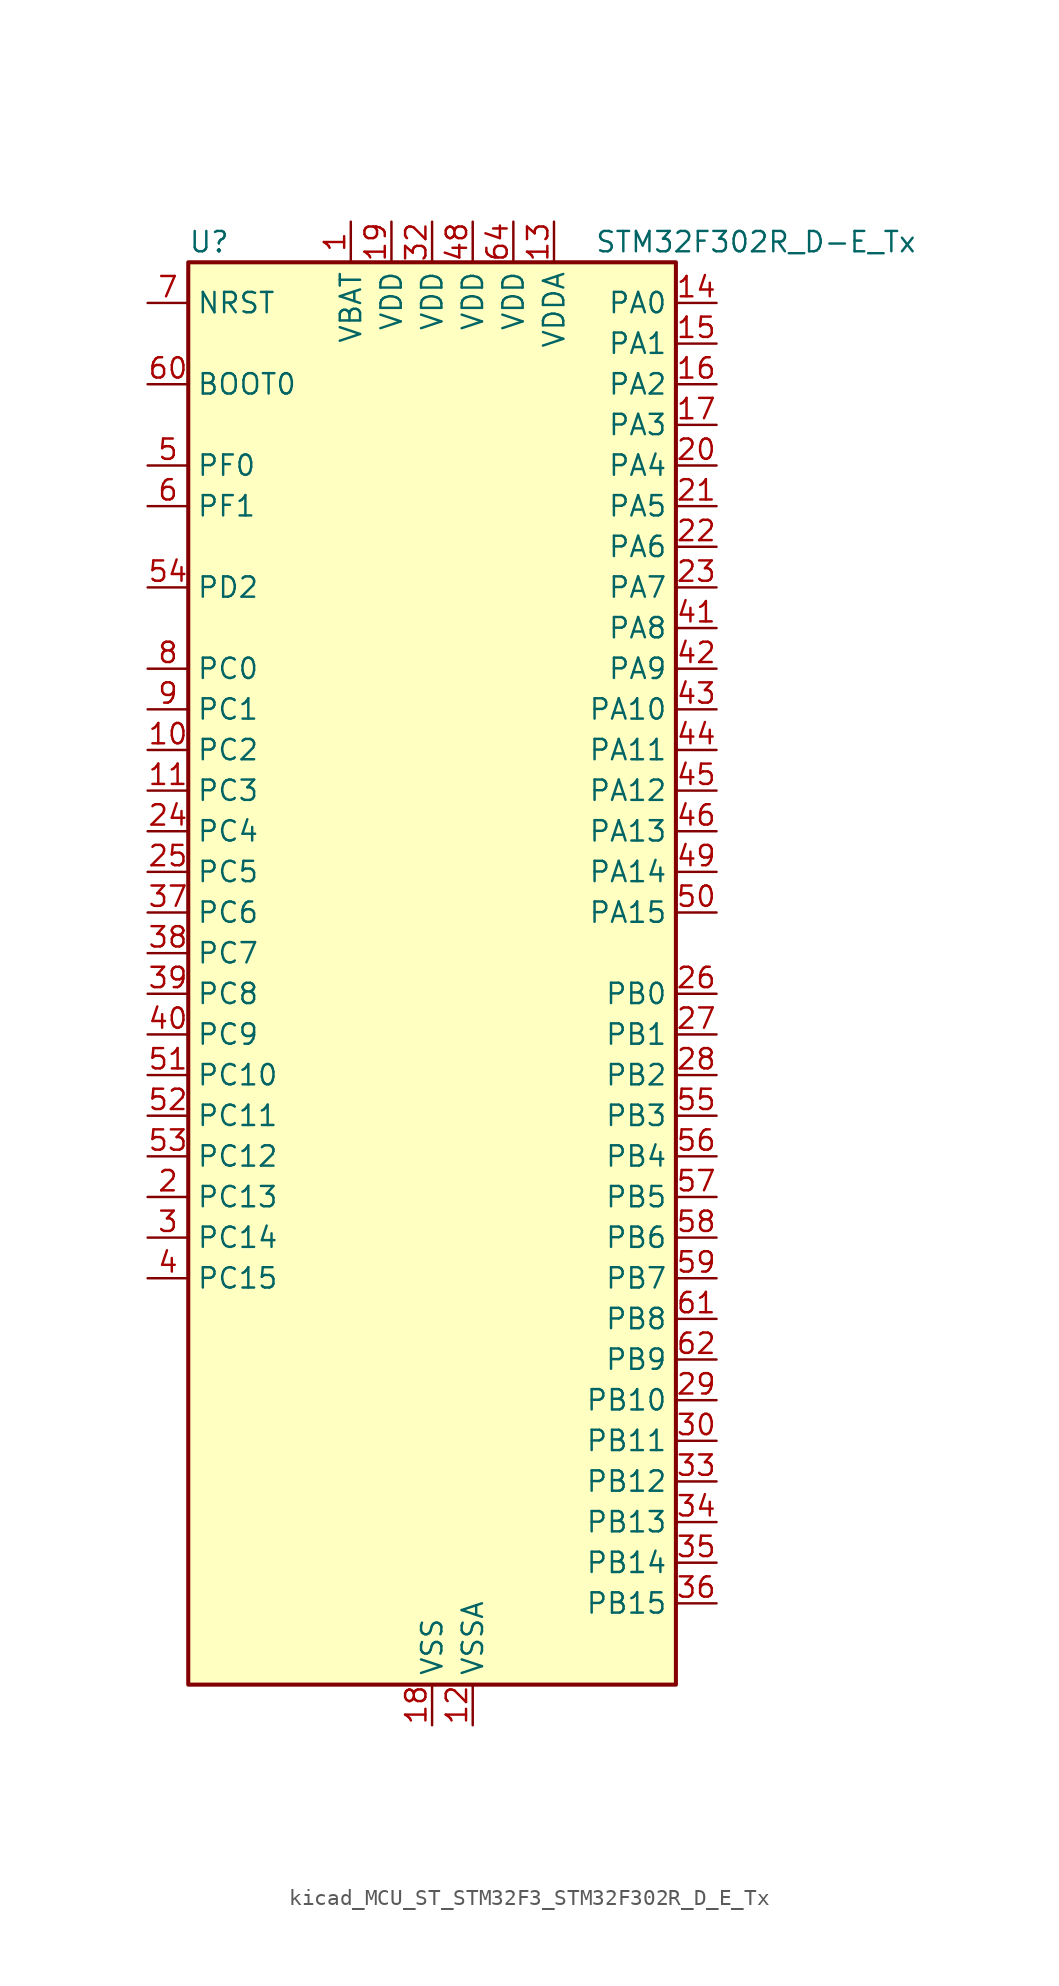
<source format=kicad_sym>
(kicad_symbol_lib
  (version 20220914)
  (generator kicad_symbol_editor)
  (symbol "kicad_MCU_ST_STM32F3_STM32F302R_D_E_Tx"
    (property "Reference" "U"
      (at -15.24 46.99 0)
      (effects (font (size 1.27 1.27)) (justify left)))
    (property "Value" "STM32F302R_D-E_Tx"
      (at 10.16 46.99 0)
      (effects (font (size 1.27 1.27)) (justify left)))
    (property "ki_locked" ""
      (at 0 0 0)
      (effects (font (size 1.27 1.27))))
    (symbol "kicad_MCU_ST_STM32F3_STM32F302R_D_E_Tx_0_1"
      (rectangle (start -15.24 -43.18) (end 15.24 45.72) (stroke (width 0.254) (type default)) (fill (type background))))
    (symbol "kicad_MCU_ST_STM32F3_STM32F302R_D_E_Tx_1_1"
      (pin power_in line (at -5.08 48.26 270) (length 2.54) (name "VBAT" (effects (font (size 1.27 1.27)))) (number "1" (effects (font (size 1.27 1.27)))))
      (pin bidirectional line (at -17.78 15.24 0) (length 2.54) (name "PC2" (effects (font (size 1.27 1.27)))) (number "10" (effects (font (size 1.27 1.27)))) (alternate "ADC1_IN8" bidirectional line) (alternate "ADC2_IN8" bidirectional line) (alternate "TIM1_CH3" bidirectional line))
      (pin bidirectional line (at -17.78 12.7 0) (length 2.54) (name "PC3" (effects (font (size 1.27 1.27)))) (number "11" (effects (font (size 1.27 1.27)))) (alternate "ADC1_IN9" bidirectional line) (alternate "ADC2_IN9" bidirectional line) (alternate "TIM1_BKIN2" bidirectional line) (alternate "TIM1_CH4" bidirectional line))
      (pin power_in line (at 2.54 -45.72 90) (length 2.54) (name "VSSA" (effects (font (size 1.27 1.27)))) (number "12" (effects (font (size 1.27 1.27)))))
      (pin power_in line (at 7.62 48.26 270) (length 2.54) (name "VDDA" (effects (font (size 1.27 1.27)))) (number "13" (effects (font (size 1.27 1.27)))))
      (pin bidirectional line (at 17.78 43.18 180) (length 2.54) (name "PA0" (effects (font (size 1.27 1.27)))) (number "14" (effects (font (size 1.27 1.27)))) (alternate "ADC1_IN1" bidirectional line) (alternate "COMP1_INM" bidirectional line) (alternate "COMP1_OUT" bidirectional line) (alternate "RTC_TAMP2" bidirectional line) (alternate "SYS_WKUP1" bidirectional line) (alternate "TIM2_CH1" bidirectional line) (alternate "TIM2_ETR" bidirectional line) (alternate "TSC_G1_IO1" bidirectional line) (alternate "USART2_CTS" bidirectional line))
      (pin bidirectional line (at 17.78 40.64 180) (length 2.54) (name "PA1" (effects (font (size 1.27 1.27)))) (number "15" (effects (font (size 1.27 1.27)))) (alternate "ADC1_IN2" bidirectional line) (alternate "COMP1_INP" bidirectional line) (alternate "OPAMP1_VINP" bidirectional line) (alternate "OPAMP1_VINP_SEC" bidirectional line) (alternate "RTC_REFIN" bidirectional line) (alternate "TIM15_CH1N" bidirectional line) (alternate "TIM2_CH2" bidirectional line) (alternate "TSC_G1_IO2" bidirectional line) (alternate "USART2_DE" bidirectional line) (alternate "USART2_RTS" bidirectional line))
      (pin bidirectional line (at 17.78 38.1 180) (length 2.54) (name "PA2" (effects (font (size 1.27 1.27)))) (number "16" (effects (font (size 1.27 1.27)))) (alternate "ADC1_IN3" bidirectional line) (alternate "COMP2_INM" bidirectional line) (alternate "COMP2_OUT" bidirectional line) (alternate "OPAMP1_VOUT" bidirectional line) (alternate "TIM15_CH1" bidirectional line) (alternate "TIM2_CH3" bidirectional line) (alternate "TSC_G1_IO3" bidirectional line) (alternate "USART2_TX" bidirectional line))
      (pin bidirectional line (at 17.78 35.56 180) (length 2.54) (name "PA3" (effects (font (size 1.27 1.27)))) (number "17" (effects (font (size 1.27 1.27)))) (alternate "ADC1_IN4" bidirectional line) (alternate "OPAMP1_VINM" bidirectional line) (alternate "OPAMP1_VINM_SEC" bidirectional line) (alternate "OPAMP1_VINP" bidirectional line) (alternate "OPAMP1_VINP_SEC" bidirectional line) (alternate "TIM15_CH2" bidirectional line) (alternate "TIM2_CH4" bidirectional line) (alternate "TSC_G1_IO4" bidirectional line) (alternate "USART2_RX" bidirectional line))
      (pin power_in line (at 0 -45.72 90) (length 2.54) (name "VSS" (effects (font (size 1.27 1.27)))) (number "18" (effects (font (size 1.27 1.27)))))
      (pin power_in line (at -2.54 48.26 270) (length 2.54) (name "VDD" (effects (font (size 1.27 1.27)))) (number "19" (effects (font (size 1.27 1.27)))))
      (pin bidirectional line (at -17.78 -12.7 0) (length 2.54) (name "PC13" (effects (font (size 1.27 1.27)))) (number "2" (effects (font (size 1.27 1.27)))) (alternate "RTC_OUT_ALARM" bidirectional line) (alternate "RTC_OUT_CALIB" bidirectional line) (alternate "RTC_TAMP1" bidirectional line) (alternate "RTC_TS" bidirectional line) (alternate "SYS_WKUP2" bidirectional line) (alternate "TIM1_CH1N" bidirectional line))
      (pin bidirectional line (at 17.78 33.02 180) (length 2.54) (name "PA4" (effects (font (size 1.27 1.27)))) (number "20" (effects (font (size 1.27 1.27)))) (alternate "ADC2_IN1" bidirectional line) (alternate "COMP1_INM" bidirectional line) (alternate "COMP2_INM" bidirectional line) (alternate "COMP4_INM" bidirectional line) (alternate "COMP6_INM" bidirectional line) (alternate "DAC1_OUT1" bidirectional line) (alternate "I2S3_WS" bidirectional line) (alternate "SPI1_NSS" bidirectional line) (alternate "SPI3_NSS" bidirectional line) (alternate "TIM3_CH2" bidirectional line) (alternate "TSC_G2_IO1" bidirectional line) (alternate "USART2_CK" bidirectional line))
      (pin bidirectional line (at 17.78 30.48 180) (length 2.54) (name "PA5" (effects (font (size 1.27 1.27)))) (number "21" (effects (font (size 1.27 1.27)))) (alternate "ADC2_IN2" bidirectional line) (alternate "COMP1_INM" bidirectional line) (alternate "COMP2_INM" bidirectional line) (alternate "COMP4_INM" bidirectional line) (alternate "COMP6_INM" bidirectional line) (alternate "OPAMP1_VINP" bidirectional line) (alternate "OPAMP1_VINP_SEC" bidirectional line) (alternate "OPAMP2_VINM" bidirectional line) (alternate "OPAMP2_VINM_SEC" bidirectional line) (alternate "SPI1_SCK" bidirectional line) (alternate "TIM2_CH1" bidirectional line) (alternate "TIM2_ETR" bidirectional line) (alternate "TSC_G2_IO2" bidirectional line))
      (pin bidirectional line (at 17.78 27.94 180) (length 2.54) (name "PA6" (effects (font (size 1.27 1.27)))) (number "22" (effects (font (size 1.27 1.27)))) (alternate "ADC2_IN3" bidirectional line) (alternate "COMP1_OUT" bidirectional line) (alternate "OPAMP2_VOUT" bidirectional line) (alternate "SPI1_MISO" bidirectional line) (alternate "TIM16_CH1" bidirectional line) (alternate "TIM1_BKIN" bidirectional line) (alternate "TIM3_CH1" bidirectional line) (alternate "TSC_G2_IO3" bidirectional line))
      (pin bidirectional line (at 17.78 25.4 180) (length 2.54) (name "PA7" (effects (font (size 1.27 1.27)))) (number "23" (effects (font (size 1.27 1.27)))) (alternate "ADC2_IN4" bidirectional line) (alternate "COMP2_INP" bidirectional line) (alternate "OPAMP1_VINP" bidirectional line) (alternate "OPAMP1_VINP_SEC" bidirectional line) (alternate "OPAMP2_VINP" bidirectional line) (alternate "OPAMP2_VINP_SEC" bidirectional line) (alternate "SPI1_MOSI" bidirectional line) (alternate "TIM17_CH1" bidirectional line) (alternate "TIM1_CH1N" bidirectional line) (alternate "TIM3_CH2" bidirectional line) (alternate "TSC_G2_IO4" bidirectional line))
      (pin bidirectional line (at -17.78 10.16 0) (length 2.54) (name "PC4" (effects (font (size 1.27 1.27)))) (number "24" (effects (font (size 1.27 1.27)))) (alternate "ADC2_IN5" bidirectional line) (alternate "TIM1_ETR" bidirectional line) (alternate "USART1_TX" bidirectional line))
      (pin bidirectional line (at -17.78 7.62 0) (length 2.54) (name "PC5" (effects (font (size 1.27 1.27)))) (number "25" (effects (font (size 1.27 1.27)))) (alternate "ADC2_IN11" bidirectional line) (alternate "OPAMP1_VINM" bidirectional line) (alternate "OPAMP1_VINM_SEC" bidirectional line) (alternate "OPAMP2_VINM" bidirectional line) (alternate "OPAMP2_VINM_SEC" bidirectional line) (alternate "TIM15_BKIN" bidirectional line) (alternate "TSC_G3_IO1" bidirectional line) (alternate "USART1_RX" bidirectional line))
      (pin bidirectional line (at 17.78 0 180) (length 2.54) (name "PB0" (effects (font (size 1.27 1.27)))) (number "26" (effects (font (size 1.27 1.27)))) (alternate "COMP4_INP" bidirectional line) (alternate "OPAMP2_VINP" bidirectional line) (alternate "OPAMP2_VINP_SEC" bidirectional line) (alternate "TIM1_CH2N" bidirectional line) (alternate "TIM3_CH3" bidirectional line) (alternate "TSC_G3_IO2" bidirectional line))
      (pin bidirectional line (at 17.78 -2.54 180) (length 2.54) (name "PB1" (effects (font (size 1.27 1.27)))) (number "27" (effects (font (size 1.27 1.27)))) (alternate "COMP4_OUT" bidirectional line) (alternate "TIM1_CH3N" bidirectional line) (alternate "TIM3_CH4" bidirectional line) (alternate "TSC_G3_IO3" bidirectional line))
      (pin bidirectional line (at 17.78 -5.08 180) (length 2.54) (name "PB2" (effects (font (size 1.27 1.27)))) (number "28" (effects (font (size 1.27 1.27)))) (alternate "ADC2_IN12" bidirectional line) (alternate "COMP4_INM" bidirectional line) (alternate "TSC_G3_IO4" bidirectional line))
      (pin bidirectional line (at 17.78 -25.4 180) (length 2.54) (name "PB10" (effects (font (size 1.27 1.27)))) (number "29" (effects (font (size 1.27 1.27)))) (alternate "TIM2_CH3" bidirectional line) (alternate "TSC_SYNC" bidirectional line) (alternate "USART3_TX" bidirectional line))
      (pin bidirectional line (at -17.78 -15.24 0) (length 2.54) (name "PC14" (effects (font (size 1.27 1.27)))) (number "3" (effects (font (size 1.27 1.27)))) (alternate "RCC_OSC32_IN" bidirectional line))
      (pin bidirectional line (at 17.78 -27.94 180) (length 2.54) (name "PB11" (effects (font (size 1.27 1.27)))) (number "30" (effects (font (size 1.27 1.27)))) (alternate "ADC1_EXTI11" bidirectional line) (alternate "ADC1_IN14" bidirectional line) (alternate "ADC2_EXTI11" bidirectional line) (alternate "ADC2_IN14" bidirectional line) (alternate "COMP6_INP" bidirectional line) (alternate "TIM2_CH4" bidirectional line) (alternate "TSC_G6_IO1" bidirectional line) (alternate "USART3_RX" bidirectional line))
      (pin passive line (at 0 -45.72 90) (length 2.54) hide (name "VSS" (effects (font (size 1.27 1.27)))) (number "31" (effects (font (size 1.27 1.27)))))
      (pin power_in line (at 0 48.26 270) (length 2.54) (name "VDD" (effects (font (size 1.27 1.27)))) (number "32" (effects (font (size 1.27 1.27)))))
      (pin bidirectional line (at 17.78 -30.48 180) (length 2.54) (name "PB12" (effects (font (size 1.27 1.27)))) (number "33" (effects (font (size 1.27 1.27)))) (alternate "I2C2_SMBA" bidirectional line) (alternate "I2S2_WS" bidirectional line) (alternate "SPI2_NSS" bidirectional line) (alternate "TIM1_BKIN" bidirectional line) (alternate "TSC_G6_IO2" bidirectional line) (alternate "USART3_CK" bidirectional line))
      (pin bidirectional line (at 17.78 -33.02 180) (length 2.54) (name "PB13" (effects (font (size 1.27 1.27)))) (number "34" (effects (font (size 1.27 1.27)))) (alternate "I2S2_CK" bidirectional line) (alternate "SPI2_SCK" bidirectional line) (alternate "TIM1_CH1N" bidirectional line) (alternate "TSC_G6_IO3" bidirectional line) (alternate "USART3_CTS" bidirectional line))
      (pin bidirectional line (at 17.78 -35.56 180) (length 2.54) (name "PB14" (effects (font (size 1.27 1.27)))) (number "35" (effects (font (size 1.27 1.27)))) (alternate "I2S2_ext_SD" bidirectional line) (alternate "OPAMP2_VINP" bidirectional line) (alternate "OPAMP2_VINP_SEC" bidirectional line) (alternate "SPI2_MISO" bidirectional line) (alternate "TIM15_CH1" bidirectional line) (alternate "TIM1_CH2N" bidirectional line) (alternate "TSC_G6_IO4" bidirectional line) (alternate "USART3_DE" bidirectional line) (alternate "USART3_RTS" bidirectional line))
      (pin bidirectional line (at 17.78 -38.1 180) (length 2.54) (name "PB15" (effects (font (size 1.27 1.27)))) (number "36" (effects (font (size 1.27 1.27)))) (alternate "ADC1_EXTI15" bidirectional line) (alternate "ADC2_EXTI15" bidirectional line) (alternate "COMP6_INM" bidirectional line) (alternate "I2S2_SD" bidirectional line) (alternate "RTC_REFIN" bidirectional line) (alternate "SPI2_MOSI" bidirectional line) (alternate "TIM15_CH1N" bidirectional line) (alternate "TIM15_CH2" bidirectional line) (alternate "TIM1_CH3N" bidirectional line))
      (pin bidirectional line (at -17.78 5.08 0) (length 2.54) (name "PC6" (effects (font (size 1.27 1.27)))) (number "37" (effects (font (size 1.27 1.27)))) (alternate "COMP6_OUT" bidirectional line) (alternate "I2S2_MCK" bidirectional line) (alternate "TIM3_CH1" bidirectional line))
      (pin bidirectional line (at -17.78 2.54 0) (length 2.54) (name "PC7" (effects (font (size 1.27 1.27)))) (number "38" (effects (font (size 1.27 1.27)))) (alternate "I2S3_MCK" bidirectional line) (alternate "TIM3_CH2" bidirectional line))
      (pin bidirectional line (at -17.78 0 0) (length 2.54) (name "PC8" (effects (font (size 1.27 1.27)))) (number "39" (effects (font (size 1.27 1.27)))) (alternate "TIM3_CH3" bidirectional line))
      (pin bidirectional line (at -17.78 -17.78 0) (length 2.54) (name "PC15" (effects (font (size 1.27 1.27)))) (number "4" (effects (font (size 1.27 1.27)))) (alternate "ADC1_EXTI15" bidirectional line) (alternate "ADC2_EXTI15" bidirectional line) (alternate "RCC_OSC32_OUT" bidirectional line))
      (pin bidirectional line (at -17.78 -2.54 0) (length 2.54) (name "PC9" (effects (font (size 1.27 1.27)))) (number "40" (effects (font (size 1.27 1.27)))) (alternate "DAC1_EXTI9" bidirectional line) (alternate "I2C3_SDA" bidirectional line) (alternate "I2S_CKIN" bidirectional line) (alternate "TIM3_CH4" bidirectional line))
      (pin bidirectional line (at 17.78 22.86 180) (length 2.54) (name "PA8" (effects (font (size 1.27 1.27)))) (number "41" (effects (font (size 1.27 1.27)))) (alternate "I2C2_SMBA" bidirectional line) (alternate "I2C3_SCL" bidirectional line) (alternate "I2S2_MCK" bidirectional line) (alternate "RCC_MCO" bidirectional line) (alternate "TIM1_CH1" bidirectional line) (alternate "TIM4_ETR" bidirectional line) (alternate "USART1_CK" bidirectional line))
      (pin bidirectional line (at 17.78 20.32 180) (length 2.54) (name "PA9" (effects (font (size 1.27 1.27)))) (number "42" (effects (font (size 1.27 1.27)))) (alternate "DAC1_EXTI9" bidirectional line) (alternate "I2C2_SCL" bidirectional line) (alternate "I2C3_SMBA" bidirectional line) (alternate "I2S3_MCK" bidirectional line) (alternate "TIM15_BKIN" bidirectional line) (alternate "TIM1_CH2" bidirectional line) (alternate "TIM2_CH3" bidirectional line) (alternate "TSC_G4_IO1" bidirectional line) (alternate "USART1_TX" bidirectional line))
      (pin bidirectional line (at 17.78 17.78 180) (length 2.54) (name "PA10" (effects (font (size 1.27 1.27)))) (number "43" (effects (font (size 1.27 1.27)))) (alternate "COMP6_OUT" bidirectional line) (alternate "I2C2_SDA" bidirectional line) (alternate "I2S2_ext_SD" bidirectional line) (alternate "SPI2_MISO" bidirectional line) (alternate "TIM17_BKIN" bidirectional line) (alternate "TIM1_CH3" bidirectional line) (alternate "TIM2_CH4" bidirectional line) (alternate "TSC_G4_IO2" bidirectional line) (alternate "USART1_RX" bidirectional line))
      (pin bidirectional line (at 17.78 15.24 180) (length 2.54) (name "PA11" (effects (font (size 1.27 1.27)))) (number "44" (effects (font (size 1.27 1.27)))) (alternate "ADC1_EXTI11" bidirectional line) (alternate "ADC2_EXTI11" bidirectional line) (alternate "CAN_RX" bidirectional line) (alternate "COMP1_OUT" bidirectional line) (alternate "I2S2_SD" bidirectional line) (alternate "SPI2_MOSI" bidirectional line) (alternate "TIM1_BKIN2" bidirectional line) (alternate "TIM1_CH1N" bidirectional line) (alternate "TIM1_CH4" bidirectional line) (alternate "TIM4_CH1" bidirectional line) (alternate "USART1_CTS" bidirectional line) (alternate "USB_DM" bidirectional line))
      (pin bidirectional line (at 17.78 12.7 180) (length 2.54) (name "PA12" (effects (font (size 1.27 1.27)))) (number "45" (effects (font (size 1.27 1.27)))) (alternate "CAN_TX" bidirectional line) (alternate "COMP2_OUT" bidirectional line) (alternate "I2S_CKIN" bidirectional line) (alternate "TIM16_CH1" bidirectional line) (alternate "TIM1_CH2N" bidirectional line) (alternate "TIM1_ETR" bidirectional line) (alternate "TIM4_CH2" bidirectional line) (alternate "USART1_DE" bidirectional line) (alternate "USART1_RTS" bidirectional line) (alternate "USB_DP" bidirectional line))
      (pin bidirectional line (at 17.78 10.16 180) (length 2.54) (name "PA13" (effects (font (size 1.27 1.27)))) (number "46" (effects (font (size 1.27 1.27)))) (alternate "IR_OUT" bidirectional line) (alternate "SYS_JTMS-SWDIO" bidirectional line) (alternate "TIM16_CH1N" bidirectional line) (alternate "TIM4_CH3" bidirectional line) (alternate "TSC_G4_IO3" bidirectional line) (alternate "USART3_CTS" bidirectional line))
      (pin passive line (at 0 -45.72 90) (length 2.54) hide (name "VSS" (effects (font (size 1.27 1.27)))) (number "47" (effects (font (size 1.27 1.27)))))
      (pin power_in line (at 2.54 48.26 270) (length 2.54) (name "VDD" (effects (font (size 1.27 1.27)))) (number "48" (effects (font (size 1.27 1.27)))))
      (pin bidirectional line (at 17.78 7.62 180) (length 2.54) (name "PA14" (effects (font (size 1.27 1.27)))) (number "49" (effects (font (size 1.27 1.27)))) (alternate "I2C1_SDA" bidirectional line) (alternate "SYS_JTCK-SWCLK" bidirectional line) (alternate "TIM1_BKIN" bidirectional line) (alternate "TSC_G4_IO4" bidirectional line) (alternate "USART2_TX" bidirectional line))
      (pin bidirectional line (at -17.78 33.02 0) (length 2.54) (name "PF0" (effects (font (size 1.27 1.27)))) (number "5" (effects (font (size 1.27 1.27)))) (alternate "I2C2_SDA" bidirectional line) (alternate "I2S2_WS" bidirectional line) (alternate "RCC_OSC_IN" bidirectional line) (alternate "SPI2_NSS" bidirectional line) (alternate "TIM1_CH3N" bidirectional line))
      (pin bidirectional line (at 17.78 5.08 180) (length 2.54) (name "PA15" (effects (font (size 1.27 1.27)))) (number "50" (effects (font (size 1.27 1.27)))) (alternate "ADC1_EXTI15" bidirectional line) (alternate "ADC2_EXTI15" bidirectional line) (alternate "I2C1_SCL" bidirectional line) (alternate "I2S3_WS" bidirectional line) (alternate "SPI1_NSS" bidirectional line) (alternate "SPI3_NSS" bidirectional line) (alternate "SYS_JTDI" bidirectional line) (alternate "TIM1_BKIN" bidirectional line) (alternate "TIM2_CH1" bidirectional line) (alternate "TIM2_ETR" bidirectional line) (alternate "TSC_SYNC" bidirectional line) (alternate "USART2_RX" bidirectional line))
      (pin bidirectional line (at -17.78 -5.08 0) (length 2.54) (name "PC10" (effects (font (size 1.27 1.27)))) (number "51" (effects (font (size 1.27 1.27)))) (alternate "I2S3_CK" bidirectional line) (alternate "SPI3_SCK" bidirectional line) (alternate "UART4_TX" bidirectional line) (alternate "USART3_TX" bidirectional line))
      (pin bidirectional line (at -17.78 -7.62 0) (length 2.54) (name "PC11" (effects (font (size 1.27 1.27)))) (number "52" (effects (font (size 1.27 1.27)))) (alternate "ADC1_EXTI11" bidirectional line) (alternate "ADC2_EXTI11" bidirectional line) (alternate "I2S3_ext_SD" bidirectional line) (alternate "SPI3_MISO" bidirectional line) (alternate "UART4_RX" bidirectional line) (alternate "USART3_RX" bidirectional line))
      (pin bidirectional line (at -17.78 -10.16 0) (length 2.54) (name "PC12" (effects (font (size 1.27 1.27)))) (number "53" (effects (font (size 1.27 1.27)))) (alternate "I2S3_SD" bidirectional line) (alternate "SPI3_MOSI" bidirectional line) (alternate "UART5_TX" bidirectional line) (alternate "USART3_CK" bidirectional line))
      (pin bidirectional line (at -17.78 25.4 0) (length 2.54) (name "PD2" (effects (font (size 1.27 1.27)))) (number "54" (effects (font (size 1.27 1.27)))) (alternate "TIM3_ETR" bidirectional line) (alternate "UART5_RX" bidirectional line))
      (pin bidirectional line (at 17.78 -7.62 180) (length 2.54) (name "PB3" (effects (font (size 1.27 1.27)))) (number "55" (effects (font (size 1.27 1.27)))) (alternate "I2S3_CK" bidirectional line) (alternate "SPI1_SCK" bidirectional line) (alternate "SPI3_SCK" bidirectional line) (alternate "SYS_JTDO-TRACESWO" bidirectional line) (alternate "TIM2_CH2" bidirectional line) (alternate "TIM3_ETR" bidirectional line) (alternate "TIM4_ETR" bidirectional line) (alternate "TSC_G5_IO1" bidirectional line) (alternate "USART2_TX" bidirectional line))
      (pin bidirectional line (at 17.78 -10.16 180) (length 2.54) (name "PB4" (effects (font (size 1.27 1.27)))) (number "56" (effects (font (size 1.27 1.27)))) (alternate "I2S3_ext_SD" bidirectional line) (alternate "SPI1_MISO" bidirectional line) (alternate "SPI3_MISO" bidirectional line) (alternate "SYS_NJTRST" bidirectional line) (alternate "TIM16_CH1" bidirectional line) (alternate "TIM17_BKIN" bidirectional line) (alternate "TIM3_CH1" bidirectional line) (alternate "TSC_G5_IO2" bidirectional line) (alternate "USART2_RX" bidirectional line))
      (pin bidirectional line (at 17.78 -12.7 180) (length 2.54) (name "PB5" (effects (font (size 1.27 1.27)))) (number "57" (effects (font (size 1.27 1.27)))) (alternate "I2C1_SMBA" bidirectional line) (alternate "I2C3_SDA" bidirectional line) (alternate "I2S3_SD" bidirectional line) (alternate "SPI1_MOSI" bidirectional line) (alternate "SPI3_MOSI" bidirectional line) (alternate "TIM16_BKIN" bidirectional line) (alternate "TIM17_CH1" bidirectional line) (alternate "TIM3_CH2" bidirectional line) (alternate "USART2_CK" bidirectional line))
      (pin bidirectional line (at 17.78 -15.24 180) (length 2.54) (name "PB6" (effects (font (size 1.27 1.27)))) (number "58" (effects (font (size 1.27 1.27)))) (alternate "I2C1_SCL" bidirectional line) (alternate "TIM16_CH1N" bidirectional line) (alternate "TIM4_CH1" bidirectional line) (alternate "TSC_G5_IO3" bidirectional line) (alternate "USART1_TX" bidirectional line))
      (pin bidirectional line (at 17.78 -17.78 180) (length 2.54) (name "PB7" (effects (font (size 1.27 1.27)))) (number "59" (effects (font (size 1.27 1.27)))) (alternate "I2C1_SDA" bidirectional line) (alternate "TIM17_CH1N" bidirectional line) (alternate "TIM3_CH4" bidirectional line) (alternate "TIM4_CH2" bidirectional line) (alternate "TSC_G5_IO4" bidirectional line) (alternate "USART1_RX" bidirectional line))
      (pin bidirectional line (at -17.78 30.48 0) (length 2.54) (name "PF1" (effects (font (size 1.27 1.27)))) (number "6" (effects (font (size 1.27 1.27)))) (alternate "I2C2_SCL" bidirectional line) (alternate "I2S2_CK" bidirectional line) (alternate "RCC_OSC_OUT" bidirectional line) (alternate "SPI2_SCK" bidirectional line))
      (pin input line (at -17.78 38.1 0) (length 2.54) (name "BOOT0" (effects (font (size 1.27 1.27)))) (number "60" (effects (font (size 1.27 1.27)))))
      (pin bidirectional line (at 17.78 -20.32 180) (length 2.54) (name "PB8" (effects (font (size 1.27 1.27)))) (number "61" (effects (font (size 1.27 1.27)))) (alternate "CAN_RX" bidirectional line) (alternate "COMP1_OUT" bidirectional line) (alternate "I2C1_SCL" bidirectional line) (alternate "TIM16_CH1" bidirectional line) (alternate "TIM1_BKIN" bidirectional line) (alternate "TIM4_CH3" bidirectional line) (alternate "TSC_SYNC" bidirectional line) (alternate "USART3_RX" bidirectional line))
      (pin bidirectional line (at 17.78 -22.86 180) (length 2.54) (name "PB9" (effects (font (size 1.27 1.27)))) (number "62" (effects (font (size 1.27 1.27)))) (alternate "CAN_TX" bidirectional line) (alternate "COMP2_OUT" bidirectional line) (alternate "DAC1_EXTI9" bidirectional line) (alternate "I2C1_SDA" bidirectional line) (alternate "IR_OUT" bidirectional line) (alternate "TIM17_CH1" bidirectional line) (alternate "TIM4_CH4" bidirectional line) (alternate "USART3_TX" bidirectional line))
      (pin passive line (at 0 -45.72 90) (length 2.54) hide (name "VSS" (effects (font (size 1.27 1.27)))) (number "63" (effects (font (size 1.27 1.27)))))
      (pin power_in line (at 5.08 48.26 270) (length 2.54) (name "VDD" (effects (font (size 1.27 1.27)))) (number "64" (effects (font (size 1.27 1.27)))))
      (pin input line (at -17.78 43.18 0) (length 2.54) (name "NRST" (effects (font (size 1.27 1.27)))) (number "7" (effects (font (size 1.27 1.27)))))
      (pin bidirectional line (at -17.78 20.32 0) (length 2.54) (name "PC0" (effects (font (size 1.27 1.27)))) (number "8" (effects (font (size 1.27 1.27)))) (alternate "ADC1_IN6" bidirectional line) (alternate "ADC2_IN6" bidirectional line) (alternate "TIM1_CH1" bidirectional line))
      (pin bidirectional line (at -17.78 17.78 0) (length 2.54) (name "PC1" (effects (font (size 1.27 1.27)))) (number "9" (effects (font (size 1.27 1.27)))) (alternate "ADC1_IN7" bidirectional line) (alternate "ADC2_IN7" bidirectional line) (alternate "TIM1_CH2" bidirectional line)))))
</source>
